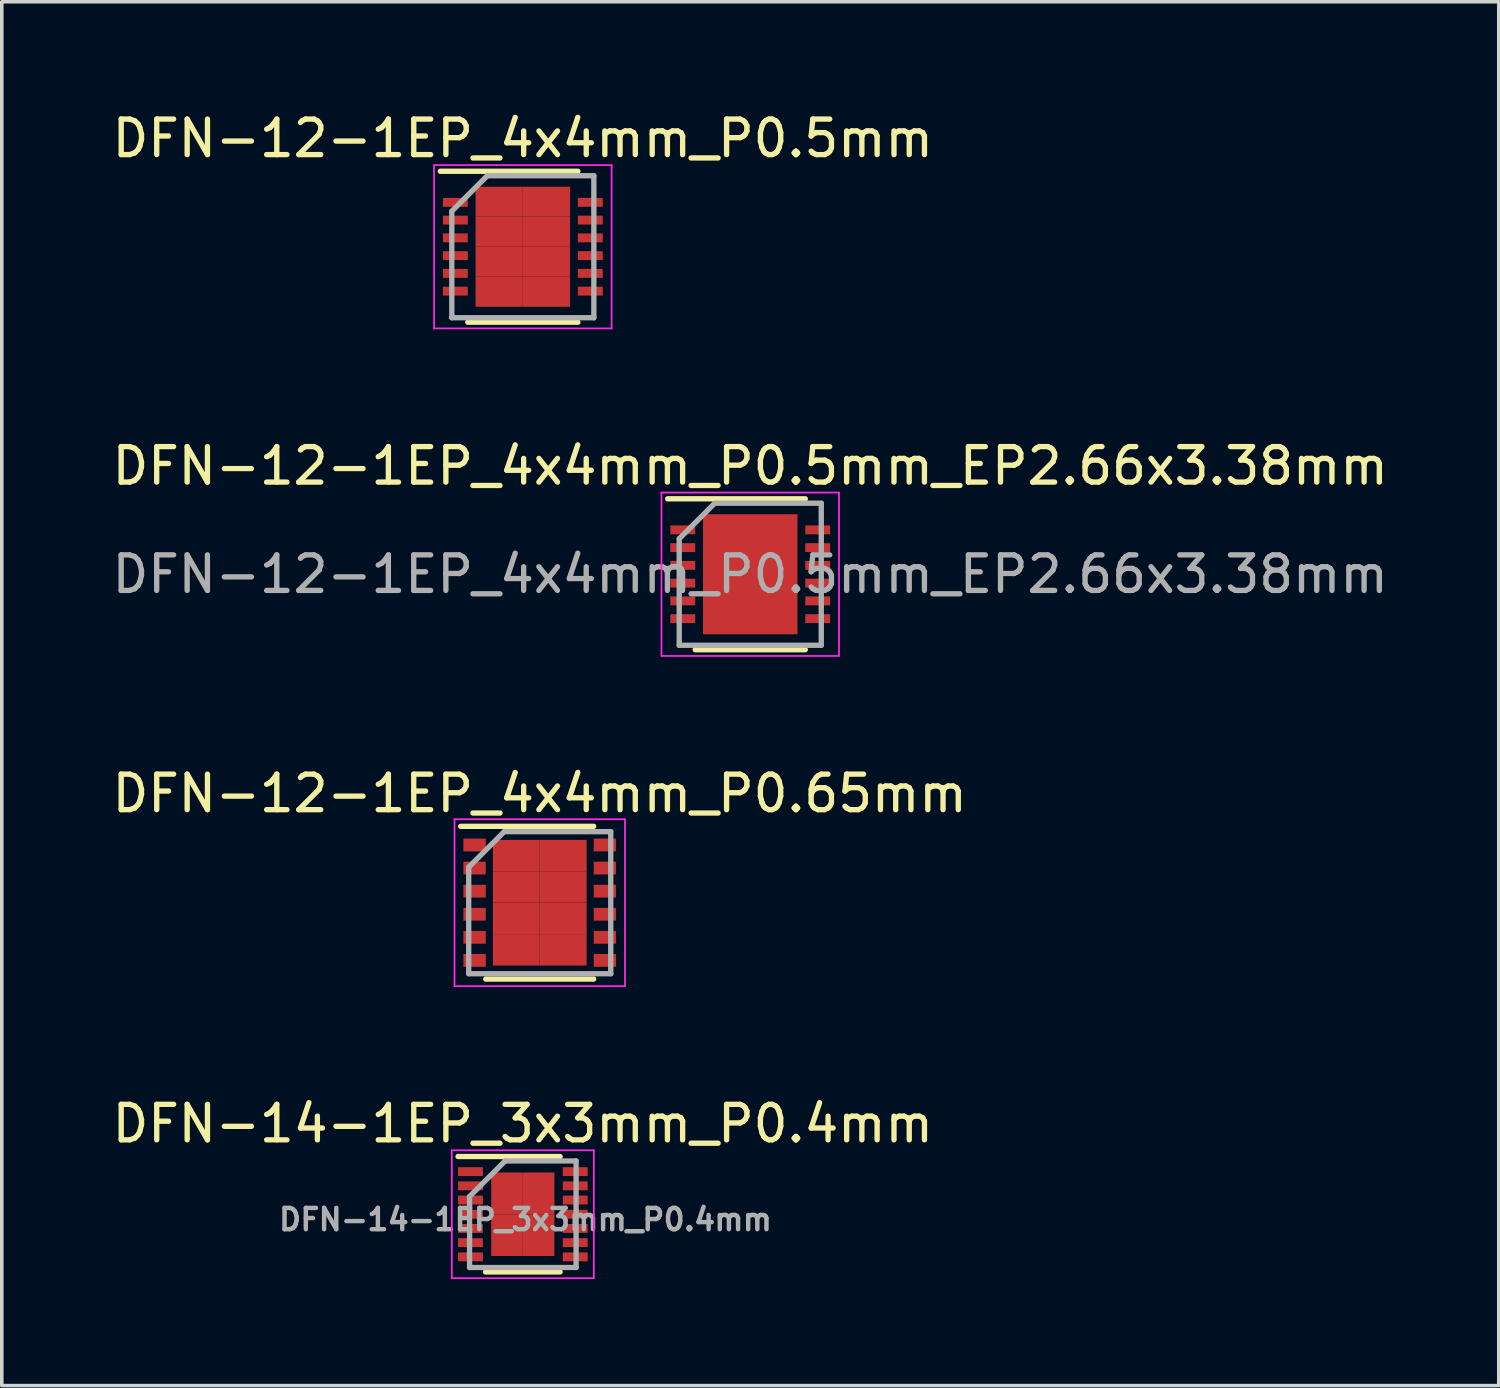
<source format=kicad_pcb>
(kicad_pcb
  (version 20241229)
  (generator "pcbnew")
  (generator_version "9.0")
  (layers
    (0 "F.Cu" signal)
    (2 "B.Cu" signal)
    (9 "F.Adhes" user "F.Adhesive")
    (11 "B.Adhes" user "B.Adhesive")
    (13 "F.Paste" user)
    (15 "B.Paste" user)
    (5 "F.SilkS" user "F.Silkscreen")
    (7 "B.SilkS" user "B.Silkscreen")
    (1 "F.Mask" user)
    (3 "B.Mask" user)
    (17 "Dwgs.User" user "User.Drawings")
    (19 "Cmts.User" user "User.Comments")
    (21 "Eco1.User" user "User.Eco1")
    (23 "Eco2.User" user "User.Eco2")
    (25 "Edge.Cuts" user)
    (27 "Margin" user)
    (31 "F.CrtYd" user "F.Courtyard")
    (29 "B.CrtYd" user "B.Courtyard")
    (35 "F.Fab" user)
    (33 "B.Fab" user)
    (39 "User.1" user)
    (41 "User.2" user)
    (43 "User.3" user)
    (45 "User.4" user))
  (footprint "DFN-14-1EP_3x3mm_P0.4mm"
    (layer "F.Cu")
    (at 11.673 31.143)
    (property "Reference" "DFN-14-1EP_3x3mm_P0.4mm" (at 0 -2.55 0) (layer "F.SilkS") (effects (font (size 1 1) (thickness 0.15))))
    (attr smd)
    (fp_line (start -1.825 -1.625) (end 1.05 -1.625) (stroke (width 0.15) (type solid)) (layer "F.SilkS"))
    (fp_line (start -1.05 1.625) (end 1.05 1.625) (stroke (width 0.15) (type solid)) (layer "F.SilkS"))
    (fp_line (start -2 -1.8) (end -2 1.8) (stroke (width 0.05) (type solid)) (layer "F.CrtYd"))
    (fp_line (start -2 -1.8) (end 2 -1.8) (stroke (width 0.05) (type solid)) (layer "F.CrtYd"))
    (fp_line (start -2 1.8) (end 2 1.8) (stroke (width 0.05) (type solid)) (layer "F.CrtYd"))
    (fp_line (start 2 -1.8) (end 2 1.8) (stroke (width 0.05) (type solid)) (layer "F.CrtYd"))
    (fp_line (start -1.5 -0.5) (end -0.5 -1.5) (stroke (width 0.15) (type solid)) (layer "F.Fab"))
    (fp_line (start -1.5 1.5) (end -1.5 -0.5) (stroke (width 0.15) (type solid)) (layer "F.Fab"))
    (fp_line (start -0.5 -1.5) (end 1.5 -1.5) (stroke (width 0.15) (type solid)) (layer "F.Fab"))
    (fp_line (start 1.5 -1.5) (end 1.5 1.5) (stroke (width 0.15) (type solid)) (layer "F.Fab"))
    (fp_line (start 1.5 1.5) (end -1.5 1.5) (stroke (width 0.15) (type solid)) (layer "F.Fab"))
    (fp_text user "${REFERENCE}" (at 0.075 0.15 0) (layer "F.Fab") (effects (font (size 0.6 0.6) (thickness 0.125))))
    (pad "1" smd rect (at -1.475 -1.2) (size 0.7 0.25) (layers "F.Cu" "F.Mask" "F.Paste"))
    (pad "2" smd rect (at -1.475 -0.8) (size 0.7 0.25) (layers "F.Cu" "F.Mask" "F.Paste"))
    (pad "3" smd rect (at -1.475 -0.4) (size 0.7 0.25) (layers "F.Cu" "F.Mask" "F.Paste"))
    (pad "4" smd rect (at -1.475 0) (size 0.7 0.25) (layers "F.Cu" "F.Mask" "F.Paste"))
    (pad "5" smd rect (at -1.475 0.4) (size 0.7 0.25) (layers "F.Cu" "F.Mask" "F.Paste"))
    (pad "6" smd rect (at -1.475 0.8) (size 0.7 0.25) (layers "F.Cu" "F.Mask" "F.Paste"))
    (pad "7" smd rect (at -1.475 1.2) (size 0.7 0.25) (layers "F.Cu" "F.Mask" "F.Paste"))
    (pad "8" smd rect (at 1.475 1.2) (size 0.7 0.25) (layers "F.Cu" "F.Mask" "F.Paste"))
    (pad "9" smd rect (at 1.475 0.8) (size 0.7 0.25) (layers "F.Cu" "F.Mask" "F.Paste"))
    (pad "10" smd rect (at 1.475 0.4) (size 0.7 0.25) (layers "F.Cu" "F.Mask" "F.Paste"))
    (pad "11" smd rect (at 1.475 0) (size 0.7 0.25) (layers "F.Cu" "F.Mask" "F.Paste"))
    (pad "12" smd rect (at 1.475 -0.4) (size 0.7 0.25) (layers "F.Cu" "F.Mask" "F.Paste"))
    (pad "13" smd rect (at 1.475 -0.8) (size 0.7 0.25) (layers "F.Cu" "F.Mask" "F.Paste"))
    (pad "14" smd rect (at 1.475 -1.2) (size 0.7 0.25) (layers "F.Cu" "F.Mask" "F.Paste"))
    (pad "15" smd rect (at -0.445 -0.588) (size 0.89 1.175) (layers "F.Cu" "F.Mask" "F.Paste"))
    (pad "15" smd rect (at -0.445 0.588) (size 0.89 1.175) (layers "F.Cu" "F.Mask" "F.Paste"))
    (pad "15" smd rect (at 0.445 -0.588) (size 0.89 1.175) (layers "F.Cu" "F.Mask" "F.Paste"))
    (pad "15" smd rect (at 0.445 0.588) (size 0.89 1.175) (layers "F.Cu" "F.Mask" "F.Paste")))
  (footprint "DFN-12-1EP_4x4mm_P0.5mm"
    (layer "F.Cu")
    (at 11.673 3.898)
    (property "Reference" "DFN-12-1EP_4x4mm_P0.5mm" (at 0 -3.05 0) (layer "F.SilkS") (effects (font (size 1 1) (thickness 0.15))))
    (attr smd)
    (fp_line (start -2.325 -2.125) (end 1.55 -2.125) (stroke (width 0.15) (type solid)) (layer "F.SilkS"))
    (fp_line (start -1.55 2.125) (end 1.55 2.125) (stroke (width 0.15) (type solid)) (layer "F.SilkS"))
    (fp_line (start -2.5 -2.3) (end -2.5 2.3) (stroke (width 0.05) (type solid)) (layer "F.CrtYd"))
    (fp_line (start -2.5 -2.3) (end 2.5 -2.3) (stroke (width 0.05) (type solid)) (layer "F.CrtYd"))
    (fp_line (start -2.5 2.3) (end 2.5 2.3) (stroke (width 0.05) (type solid)) (layer "F.CrtYd"))
    (fp_line (start 2.5 -2.3) (end 2.5 2.3) (stroke (width 0.05) (type solid)) (layer "F.CrtYd"))
    (fp_line (start -2 -1) (end -1 -2) (stroke (width 0.15) (type solid)) (layer "F.Fab"))
    (fp_line (start -2 2) (end -2 -1) (stroke (width 0.15) (type solid)) (layer "F.Fab"))
    (fp_line (start -1 -2) (end 2 -2) (stroke (width 0.15) (type solid)) (layer "F.Fab"))
    (fp_line (start 2 -2) (end 2 2) (stroke (width 0.15) (type solid)) (layer "F.Fab"))
    (fp_line (start 2 2) (end -2 2) (stroke (width 0.15) (type solid)) (layer "F.Fab"))
    (pad "1" smd rect (at -1.9 -1.25) (size 0.7 0.25) (layers "F.Cu" "F.Mask" "F.Paste"))
    (pad "2" smd rect (at -1.9 -0.75) (size 0.7 0.25) (layers "F.Cu" "F.Mask" "F.Paste"))
    (pad "3" smd rect (at -1.9 -0.25) (size 0.7 0.25) (layers "F.Cu" "F.Mask" "F.Paste"))
    (pad "4" smd rect (at -1.9 0.25) (size 0.7 0.25) (layers "F.Cu" "F.Mask" "F.Paste"))
    (pad "5" smd rect (at -1.9 0.75) (size 0.7 0.25) (layers "F.Cu" "F.Mask" "F.Paste"))
    (pad "6" smd rect (at -1.9 1.25) (size 0.7 0.25) (layers "F.Cu" "F.Mask" "F.Paste"))
    (pad "7" smd rect (at 1.9 1.25) (size 0.7 0.25) (layers "F.Cu" "F.Mask" "F.Paste"))
    (pad "8" smd rect (at 1.9 0.75) (size 0.7 0.25) (layers "F.Cu" "F.Mask" "F.Paste"))
    (pad "9" smd rect (at 1.9 0.25) (size 0.7 0.25) (layers "F.Cu" "F.Mask" "F.Paste"))
    (pad "10" smd rect (at 1.9 -0.25) (size 0.7 0.25) (layers "F.Cu" "F.Mask" "F.Paste"))
    (pad "11" smd rect (at 1.9 -0.75) (size 0.7 0.25) (layers "F.Cu" "F.Mask" "F.Paste"))
    (pad "12" smd rect (at 1.9 -1.25) (size 0.7 0.25) (layers "F.Cu" "F.Mask" "F.Paste"))
    (pad "13" smd rect (at -0.665 -1.268) (size 1.33 0.845) (layers "F.Cu" "F.Mask" "F.Paste"))
    (pad "13" smd rect (at -0.665 -0.422) (size 1.33 0.845) (layers "F.Cu" "F.Mask" "F.Paste"))
    (pad "13" smd rect (at -0.665 0.422) (size 1.33 0.845) (layers "F.Cu" "F.Mask" "F.Paste"))
    (pad "13" smd rect (at -0.665 1.268) (size 1.33 0.845) (layers "F.Cu" "F.Mask" "F.Paste"))
    (pad "13" smd rect (at 0.665 -1.268) (size 1.33 0.845) (layers "F.Cu" "F.Mask" "F.Paste"))
    (pad "13" smd rect (at 0.665 -0.422) (size 1.33 0.845) (layers "F.Cu" "F.Mask" "F.Paste"))
    (pad "13" smd rect (at 0.665 0.422) (size 1.33 0.845) (layers "F.Cu" "F.Mask" "F.Paste"))
    (pad "13" smd rect (at 0.665 1.268) (size 1.33 0.845) (layers "F.Cu" "F.Mask" "F.Paste")))
  (footprint "DFN-12-1EP_4x4mm_P0.5mm_EP2.66x3.38mm"
    (layer "F.Cu")
    (at 18.077 13.121)
    (property "Reference" "DFN-12-1EP_4x4mm_P0.5mm_EP2.66x3.38mm" (at 0 -3.05 0) (layer "F.SilkS") (effects (font (size 1 1) (thickness 0.15))))
    (attr smd)
    (fp_line (start -2.325 -2.125) (end 1.55 -2.125) (stroke (width 0.15) (type solid)) (layer "F.SilkS"))
    (fp_line (start -1.55 2.125) (end 1.55 2.125) (stroke (width 0.15) (type solid)) (layer "F.SilkS"))
    (fp_line (start -2.5 -2.3) (end -2.5 2.3) (stroke (width 0.05) (type solid)) (layer "F.CrtYd"))
    (fp_line (start -2.5 -2.3) (end 2.5 -2.3) (stroke (width 0.05) (type solid)) (layer "F.CrtYd"))
    (fp_line (start -2.5 2.3) (end 2.5 2.3) (stroke (width 0.05) (type solid)) (layer "F.CrtYd"))
    (fp_line (start 2.5 -2.3) (end 2.5 2.3) (stroke (width 0.05) (type solid)) (layer "F.CrtYd"))
    (fp_line (start -2 -1) (end -1 -2) (stroke (width 0.15) (type solid)) (layer "F.Fab"))
    (fp_line (start -2 2) (end -2 -1) (stroke (width 0.15) (type solid)) (layer "F.Fab"))
    (fp_line (start -1 -2) (end 2 -2) (stroke (width 0.15) (type solid)) (layer "F.Fab"))
    (fp_line (start 2 -2) (end 2 2) (stroke (width 0.15) (type solid)) (layer "F.Fab"))
    (fp_line (start 2 2) (end -2 2) (stroke (width 0.15) (type solid)) (layer "F.Fab"))
    (fp_text user "${REFERENCE}" (at 0 0 0) (layer "F.Fab") (effects (font (size 1 1) (thickness 0.15))))
    (pad "" smd rect (at -0.665 -1.268) (size 1.15 0.63) (layers "F.Paste"))
    (pad "" smd rect (at -0.665 -0.422) (size 1.15 0.63) (layers "F.Paste"))
    (pad "" smd rect (at -0.665 0.422) (size 1.15 0.63) (layers "F.Paste"))
    (pad "" smd rect (at -0.665 1.268) (size 1.15 0.63) (layers "F.Paste"))
    (pad "" smd rect (at 0.665 -1.268) (size 1.15 0.63) (layers "F.Paste"))
    (pad "" smd rect (at 0.665 -0.422) (size 1.15 0.63) (layers "F.Paste"))
    (pad "" smd rect (at 0.665 0.422) (size 1.15 0.63) (layers "F.Paste"))
    (pad "" smd rect (at 0.665 1.268) (size 1.15 0.63) (layers "F.Paste"))
    (pad "1" smd rect (at -1.9 -1.25) (size 0.7 0.25) (layers "F.Cu" "F.Mask" "F.Paste"))
    (pad "2" smd rect (at -1.9 -0.75) (size 0.7 0.25) (layers "F.Cu" "F.Mask" "F.Paste"))
    (pad "3" smd rect (at -1.9 -0.25) (size 0.7 0.25) (layers "F.Cu" "F.Mask" "F.Paste"))
    (pad "4" smd rect (at -1.9 0.25) (size 0.7 0.25) (layers "F.Cu" "F.Mask" "F.Paste"))
    (pad "5" smd rect (at -1.9 0.75) (size 0.7 0.25) (layers "F.Cu" "F.Mask" "F.Paste"))
    (pad "6" smd rect (at -1.9 1.25) (size 0.7 0.25) (layers "F.Cu" "F.Mask" "F.Paste"))
    (pad "7" smd rect (at 1.9 1.25) (size 0.7 0.25) (layers "F.Cu" "F.Mask" "F.Paste"))
    (pad "8" smd rect (at 1.9 0.75) (size 0.7 0.25) (layers "F.Cu" "F.Mask" "F.Paste"))
    (pad "9" smd rect (at 1.9 0.25) (size 0.7 0.25) (layers "F.Cu" "F.Mask" "F.Paste"))
    (pad "10" smd rect (at 1.9 -0.25) (size 0.7 0.25) (layers "F.Cu" "F.Mask" "F.Paste"))
    (pad "11" smd rect (at 1.9 -0.75) (size 0.7 0.25) (layers "F.Cu" "F.Mask" "F.Paste"))
    (pad "12" smd rect (at 1.9 -1.25) (size 0.7 0.25) (layers "F.Cu" "F.Mask" "F.Paste"))
    (pad "13" smd rect (at 0 0) (size 2.66 3.38) (layers "F.Cu" "F.Mask")))
  (footprint "DFN-12-1EP_4x4mm_P0.65mm"
    (layer "F.Cu")
    (at 12.149 22.37)
    (property "Reference" "DFN-12-1EP_4x4mm_P0.65mm" (at 0 -3.075 0) (layer "F.SilkS") (effects (font (size 1 1) (thickness 0.15))))
    (attr smd)
    (fp_line (start -2.225 -2.15) (end 1.52 -2.15) (stroke (width 0.15) (type solid)) (layer "F.SilkS"))
    (fp_line (start -1.52 2.15) (end 1.52 2.15) (stroke (width 0.15) (type solid)) (layer "F.SilkS"))
    (fp_line (start -2.4 -2.35) (end -2.4 2.35) (stroke (width 0.05) (type solid)) (layer "F.CrtYd"))
    (fp_line (start -2.4 -2.35) (end 2.4 -2.35) (stroke (width 0.05) (type solid)) (layer "F.CrtYd"))
    (fp_line (start -2.4 2.35) (end 2.4 2.35) (stroke (width 0.05) (type solid)) (layer "F.CrtYd"))
    (fp_line (start 2.4 -2.35) (end 2.4 2.35) (stroke (width 0.05) (type solid)) (layer "F.CrtYd"))
    (fp_line (start -2 -1) (end -1 -2) (stroke (width 0.15) (type solid)) (layer "F.Fab"))
    (fp_line (start -2 2) (end -2 -1) (stroke (width 0.15) (type solid)) (layer "F.Fab"))
    (fp_line (start -1 -2) (end 2 -2) (stroke (width 0.15) (type solid)) (layer "F.Fab"))
    (fp_line (start 2 -2) (end 2 2) (stroke (width 0.15) (type solid)) (layer "F.Fab"))
    (fp_line (start 2 2) (end -2 2) (stroke (width 0.15) (type solid)) (layer "F.Fab"))
    (pad "1" smd rect (at -1.835 -1.625) (size 0.63 0.36) (layers "F.Cu" "F.Mask" "F.Paste"))
    (pad "2" smd rect (at -1.835 -0.975) (size 0.63 0.36) (layers "F.Cu" "F.Mask" "F.Paste"))
    (pad "3" smd rect (at -1.835 -0.325) (size 0.63 0.36) (layers "F.Cu" "F.Mask" "F.Paste"))
    (pad "4" smd rect (at -1.835 0.325) (size 0.63 0.36) (layers "F.Cu" "F.Mask" "F.Paste"))
    (pad "5" smd rect (at -1.835 0.975) (size 0.63 0.36) (layers "F.Cu" "F.Mask" "F.Paste"))
    (pad "6" smd rect (at -1.835 1.625) (size 0.63 0.36) (layers "F.Cu" "F.Mask" "F.Paste"))
    (pad "7" smd rect (at 1.835 1.625) (size 0.63 0.36) (layers "F.Cu" "F.Mask" "F.Paste"))
    (pad "8" smd rect (at 1.835 0.975) (size 0.63 0.36) (layers "F.Cu" "F.Mask" "F.Paste"))
    (pad "9" smd rect (at 1.835 0.325) (size 0.63 0.36) (layers "F.Cu" "F.Mask" "F.Paste"))
    (pad "10" smd rect (at 1.835 -0.325) (size 0.63 0.36) (layers "F.Cu" "F.Mask" "F.Paste"))
    (pad "11" smd rect (at 1.835 -0.975) (size 0.63 0.36) (layers "F.Cu" "F.Mask" "F.Paste"))
    (pad "12" smd rect (at 1.835 -1.625) (size 0.63 0.36) (layers "F.Cu" "F.Mask" "F.Paste"))
    (pad "13" smd rect (at -0.66 -1.327) (size 1.32 0.885) (layers "F.Cu" "F.Mask" "F.Paste"))
    (pad "13" smd rect (at -0.66 -0.443) (size 1.32 0.885) (layers "F.Cu" "F.Mask" "F.Paste"))
    (pad "13" smd rect (at -0.66 0.443) (size 1.32 0.885) (layers "F.Cu" "F.Mask" "F.Paste"))
    (pad "13" smd rect (at -0.66 1.327) (size 1.32 0.885) (layers "F.Cu" "F.Mask" "F.Paste"))
    (pad "13" smd rect (at 0.66 -1.327) (size 1.32 0.885) (layers "F.Cu" "F.Mask" "F.Paste"))
    (pad "13" smd rect (at 0.66 -0.443) (size 1.32 0.885) (layers "F.Cu" "F.Mask" "F.Paste"))
    (pad "13" smd rect (at 0.66 0.443) (size 1.32 0.885) (layers "F.Cu" "F.Mask" "F.Paste"))
    (pad "13" smd rect (at 0.66 1.327) (size 1.32 0.885) (layers "F.Cu" "F.Mask" "F.Paste")))
  (gr_rect
    (start -3 -3)
    (end 39.155 35.968)
    (stroke (width 0.1) (type default))
    (fill no)
    (layer "Edge.Cuts")))
</source>
